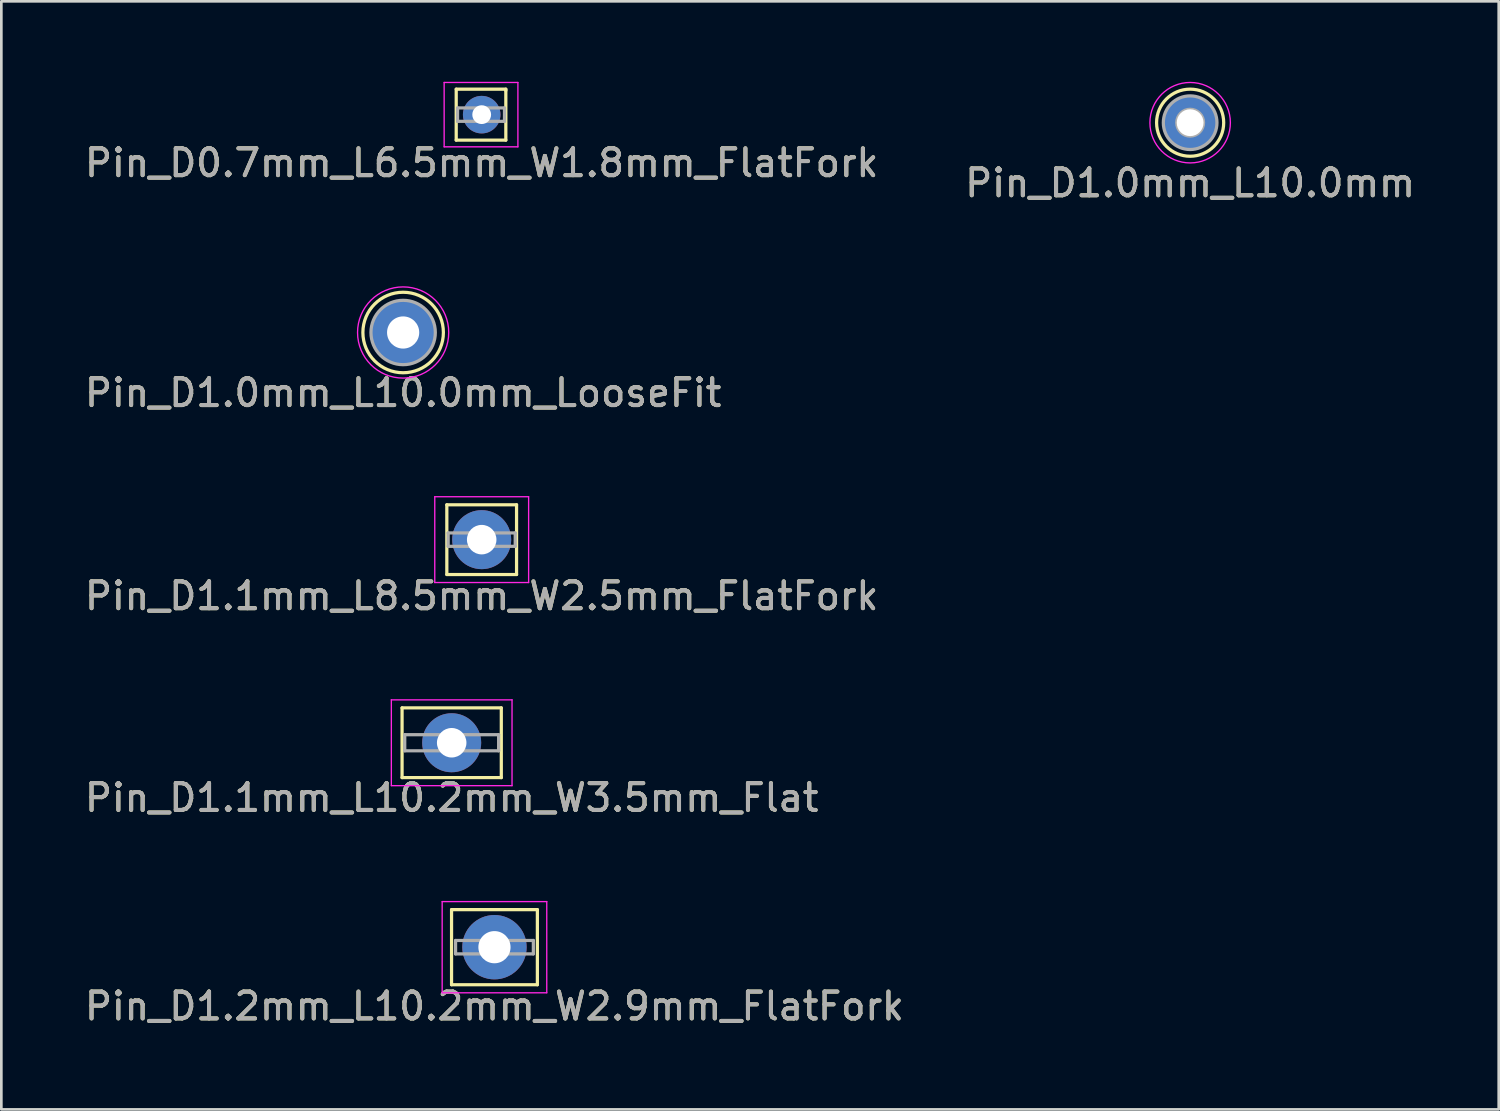
<source format=kicad_pcb>
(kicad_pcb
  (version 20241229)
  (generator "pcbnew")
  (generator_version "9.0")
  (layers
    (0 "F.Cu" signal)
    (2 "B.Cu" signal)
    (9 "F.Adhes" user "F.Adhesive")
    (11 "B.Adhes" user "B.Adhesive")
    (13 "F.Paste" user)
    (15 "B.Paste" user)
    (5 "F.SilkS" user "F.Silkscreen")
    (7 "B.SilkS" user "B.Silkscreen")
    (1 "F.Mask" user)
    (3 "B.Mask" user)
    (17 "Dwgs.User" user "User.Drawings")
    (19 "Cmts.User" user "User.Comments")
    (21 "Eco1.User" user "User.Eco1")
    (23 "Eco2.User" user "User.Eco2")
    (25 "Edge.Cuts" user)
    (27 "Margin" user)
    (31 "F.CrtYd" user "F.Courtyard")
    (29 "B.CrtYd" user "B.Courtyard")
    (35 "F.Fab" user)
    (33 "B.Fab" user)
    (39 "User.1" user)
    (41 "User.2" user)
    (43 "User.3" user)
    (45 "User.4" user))
  (footprint "Pin_D1.2mm_L10.2mm_W2.9mm_FlatFork"
    (layer "F.Cu")
    (at 15.387 32.268)
    (property "Reference" "Pin_D1.2mm_L10.2mm_W2.9mm_FlatFork" (at 0 2.2 0) (layer "F.SilkS") (effects (font (size 1 1) (thickness 0.15))))
    (attr through_hole)
    (fp_line (start -1.6 -1.4) (end 1.6 -1.4) (stroke (width 0.12) (type solid)) (layer "F.SilkS"))
    (fp_line (start -1.6 1.4) (end -1.6 -1.4) (stroke (width 0.12) (type solid)) (layer "F.SilkS"))
    (fp_line (start 1.6 -1.4) (end 1.6 1.4) (stroke (width 0.12) (type solid)) (layer "F.SilkS"))
    (fp_line (start 1.6 1.4) (end -1.6 1.4) (stroke (width 0.12) (type solid)) (layer "F.SilkS"))
    (fp_line (start -1.95 -1.7) (end -1.95 1.7) (stroke (width 0.05) (type solid)) (layer "F.CrtYd"))
    (fp_line (start -1.95 -1.7) (end 1.95 -1.7) (stroke (width 0.05) (type solid)) (layer "F.CrtYd"))
    (fp_line (start 1.95 1.7) (end -1.95 1.7) (stroke (width 0.05) (type solid)) (layer "F.CrtYd"))
    (fp_line (start 1.95 1.7) (end 1.95 -1.7) (stroke (width 0.05) (type solid)) (layer "F.CrtYd"))
    (fp_line (start -1.45 -0.25) (end 1.45 -0.25) (stroke (width 0.12) (type solid)) (layer "F.Fab"))
    (fp_line (start -1.45 0.25) (end -1.45 -0.25) (stroke (width 0.12) (type solid)) (layer "F.Fab"))
    (fp_line (start 1.45 -0.25) (end 1.45 0.25) (stroke (width 0.12) (type solid)) (layer "F.Fab"))
    (fp_line (start 1.45 0.25) (end -1.45 0.25) (stroke (width 0.12) (type solid)) (layer "F.Fab"))
    (fp_text user "${REFERENCE}" (at 0 2.2 0) (layer "F.Fab") (effects (font (size 1 1) (thickness 0.15))))
    (pad "1" thru_hole circle (at 0 0) (size 2.4 2.4) (drill 1.2) (layers "*.Cu" "*.Mask")))
  (footprint "Pin_D1.1mm_L10.2mm_W3.5mm_Flat"
    (layer "F.Cu")
    (at 13.792 24.645)
    (property "Reference" "Pin_D1.1mm_L10.2mm_W3.5mm_Flat" (at 0 2.05 0) (layer "F.SilkS") (effects (font (size 1 1) (thickness 0.15))))
    (attr through_hole)
    (fp_line (start -1.85 -1.3) (end -1.85 1.3) (stroke (width 0.12) (type solid)) (layer "F.SilkS"))
    (fp_line (start -1.85 -1.3) (end 1.85 -1.3) (stroke (width 0.12) (type solid)) (layer "F.SilkS"))
    (fp_line (start 1.85 -1.3) (end 1.85 1.3) (stroke (width 0.12) (type solid)) (layer "F.SilkS"))
    (fp_line (start 1.85 1.3) (end -1.85 1.3) (stroke (width 0.12) (type solid)) (layer "F.SilkS"))
    (fp_line (start -2.25 -1.6) (end -2.25 1.6) (stroke (width 0.05) (type solid)) (layer "F.CrtYd"))
    (fp_line (start -2.25 -1.6) (end 2.25 -1.6) (stroke (width 0.05) (type solid)) (layer "F.CrtYd"))
    (fp_line (start 2.25 1.6) (end -2.25 1.6) (stroke (width 0.05) (type solid)) (layer "F.CrtYd"))
    (fp_line (start 2.25 1.6) (end 2.25 -1.6) (stroke (width 0.05) (type solid)) (layer "F.CrtYd"))
    (fp_line (start -1.75 -0.3) (end 1.75 -0.3) (stroke (width 0.12) (type solid)) (layer "F.Fab"))
    (fp_line (start -1.75 0.3) (end -1.75 -0.3) (stroke (width 0.12) (type solid)) (layer "F.Fab"))
    (fp_line (start 1.75 -0.3) (end 1.75 0.3) (stroke (width 0.12) (type solid)) (layer "F.Fab"))
    (fp_line (start 1.75 0.3) (end -1.75 0.3) (stroke (width 0.12) (type solid)) (layer "F.Fab"))
    (fp_text user "${REFERENCE}" (at 0 2.05 0) (layer "F.Fab") (effects (font (size 1 1) (thickness 0.15))))
    (pad "1" thru_hole circle (at 0 0) (size 2.2 2.2) (drill 1.1) (layers "*.Cu" "*.Mask")))
  (footprint "Pin_D1.1mm_L8.5mm_W2.5mm_FlatFork"
    (layer "F.Cu")
    (at 14.911 17.072)
    (property "Reference" "Pin_D1.1mm_L8.5mm_W2.5mm_FlatFork" (at 0 2.1 0) (layer "F.SilkS") (effects (font (size 1 1) (thickness 0.15))))
    (attr through_hole)
    (fp_line (start -1.3 -1.3) (end 1.3 -1.3) (stroke (width 0.12) (type solid)) (layer "F.SilkS"))
    (fp_line (start -1.3 1.3) (end -1.3 -1.3) (stroke (width 0.12) (type solid)) (layer "F.SilkS"))
    (fp_line (start -1.3 1.3) (end 1.3 1.3) (stroke (width 0.12) (type solid)) (layer "F.SilkS"))
    (fp_line (start 1.3 -1.3) (end 1.3 1.3) (stroke (width 0.12) (type solid)) (layer "F.SilkS"))
    (fp_line (start -1.75 -1.6) (end -1.75 1.6) (stroke (width 0.05) (type solid)) (layer "F.CrtYd"))
    (fp_line (start -1.75 -1.6) (end 1.75 -1.6) (stroke (width 0.05) (type solid)) (layer "F.CrtYd"))
    (fp_line (start 1.75 1.6) (end -1.75 1.6) (stroke (width 0.05) (type solid)) (layer "F.CrtYd"))
    (fp_line (start 1.75 1.6) (end 1.75 -1.6) (stroke (width 0.05) (type solid)) (layer "F.CrtYd"))
    (fp_line (start -1.25 -0.25) (end -1.25 0.25) (stroke (width 0.12) (type solid)) (layer "F.Fab"))
    (fp_line (start -1.25 0.25) (end 1.25 0.25) (stroke (width 0.12) (type solid)) (layer "F.Fab"))
    (fp_line (start 1.25 -0.25) (end -1.25 -0.25) (stroke (width 0.12) (type solid)) (layer "F.Fab"))
    (fp_line (start 1.25 0.25) (end 1.25 -0.25) (stroke (width 0.12) (type solid)) (layer "F.Fab"))
    (fp_text user "${REFERENCE}" (at 0 2.1 0) (layer "F.Fab") (effects (font (size 1 1) (thickness 0.15))))
    (pad "1" thru_hole circle (at 0 0) (size 2.2 2.2) (drill 1.1) (layers "*.Cu" "*.Mask")))
  (footprint "Pin_D0.7mm_L6.5mm_W1.8mm_FlatFork"
    (layer "F.Cu")
    (at 14.911 1.225)
    (property "Reference" "Pin_D0.7mm_L6.5mm_W1.8mm_FlatFork" (at 0 1.8 0) (layer "F.SilkS") (effects (font (size 1 1) (thickness 0.15))))
    (attr through_hole)
    (fp_line (start -0.95 -0.95) (end -0.95 0.95) (stroke (width 0.12) (type solid)) (layer "F.SilkS"))
    (fp_line (start -0.95 0.95) (end 0.9 0.95) (stroke (width 0.12) (type solid)) (layer "F.SilkS"))
    (fp_line (start 0.9 -0.95) (end -0.95 -0.95) (stroke (width 0.12) (type solid)) (layer "F.SilkS"))
    (fp_line (start 0.9 -0.9) (end 0.9 -0.95) (stroke (width 0.12) (type solid)) (layer "F.SilkS"))
    (fp_line (start 0.9 0.95) (end 0.9 -0.9) (stroke (width 0.12) (type solid)) (layer "F.SilkS"))
    (fp_line (start -1.4 -1.2) (end -1.4 1.2) (stroke (width 0.05) (type solid)) (layer "F.CrtYd"))
    (fp_line (start -1.4 -1.2) (end 1.35 -1.2) (stroke (width 0.05) (type solid)) (layer "F.CrtYd"))
    (fp_line (start 1.35 1.2) (end -1.4 1.2) (stroke (width 0.05) (type solid)) (layer "F.CrtYd"))
    (fp_line (start 1.35 1.2) (end 1.35 -1.2) (stroke (width 0.05) (type solid)) (layer "F.CrtYd"))
    (fp_line (start -0.9 -0.25) (end 0.85 -0.25) (stroke (width 0.12) (type solid)) (layer "F.Fab"))
    (fp_line (start -0.9 0.25) (end -0.9 -0.25) (stroke (width 0.12) (type solid)) (layer "F.Fab"))
    (fp_line (start 0.85 -0.25) (end 0.85 0.25) (stroke (width 0.12) (type solid)) (layer "F.Fab"))
    (fp_line (start 0.85 0.25) (end -0.9 0.25) (stroke (width 0.12) (type solid)) (layer "F.Fab"))
    (fp_text user "${REFERENCE}" (at 0 1.8 0) (layer "F.Fab") (effects (font (size 1 1) (thickness 0.15))))
    (pad "1" thru_hole circle (at 0 0) (size 1.4 1.4) (drill 0.7) (layers "*.Cu" "*.Mask")))
  (footprint "Pin_D1.0mm_L10.0mm"
    (layer "F.Cu")
    (at 41.327 1.525)
    (property "Reference" "Pin_D1.0mm_L10.0mm" (at 0 2.25 0) (layer "F.SilkS") (effects (font (size 1 1) (thickness 0.15))))
    (attr through_hole)
    (fp_circle (center 0 0) (end 1.25 0.05) (stroke (width 0.12) (type solid)) (fill no) (layer "F.SilkS"))
    (fp_circle (center 0 0) (end 1.5 0) (stroke (width 0.05) (type solid)) (fill no) (layer "F.CrtYd"))
    (fp_circle (center 0 0) (end 0.5 0) (stroke (width 0.12) (type solid)) (fill no) (layer "F.Fab"))
    (fp_circle (center 0 0) (end 1 0) (stroke (width 0.12) (type solid)) (fill no) (layer "F.Fab"))
    (fp_text user "${REFERENCE}" (at 0 2.25 0) (layer "F.Fab") (effects (font (size 1 1) (thickness 0.15))))
    (pad "1" thru_hole circle (at 0 0) (size 2 2) (drill 1) (layers "*.Cu" "*.Mask")))
  (footprint "Pin_D1.0mm_L10.0mm_LooseFit"
    (layer "F.Cu")
    (at 11.982 9.348)
    (property "Reference" "Pin_D1.0mm_L10.0mm_LooseFit" (at 0 2.25 0) (layer "F.SilkS") (effects (font (size 1 1) (thickness 0.15))))
    (attr through_hole)
    (fp_circle (center 0 0) (end 1.5 0.05) (stroke (width 0.12) (type solid)) (fill no) (layer "F.SilkS"))
    (fp_circle (center 0 0) (end 1.7 0) (stroke (width 0.05) (type solid)) (fill no) (layer "F.CrtYd"))
    (fp_circle (center 0 0) (end 0.5 0) (stroke (width 0.12) (type solid)) (fill no) (layer "F.Fab"))
    (fp_circle (center 0 0) (end 1.2 0) (stroke (width 0.12) (type solid)) (fill no) (layer "F.Fab"))
    (fp_text user "${REFERENCE}" (at 0 2.25 0) (layer "F.Fab") (effects (font (size 1 1) (thickness 0.15))))
    (pad "1" thru_hole circle (at 0 0) (size 2.4 2.4) (drill 1.2) (layers "*.Cu" "*.Mask")))
  (gr_rect
    (start -3 -3)
    (end 52.833 38.316)
    (stroke (width 0.1) (type default))
    (fill no)
    (layer "Edge.Cuts")))
</source>
